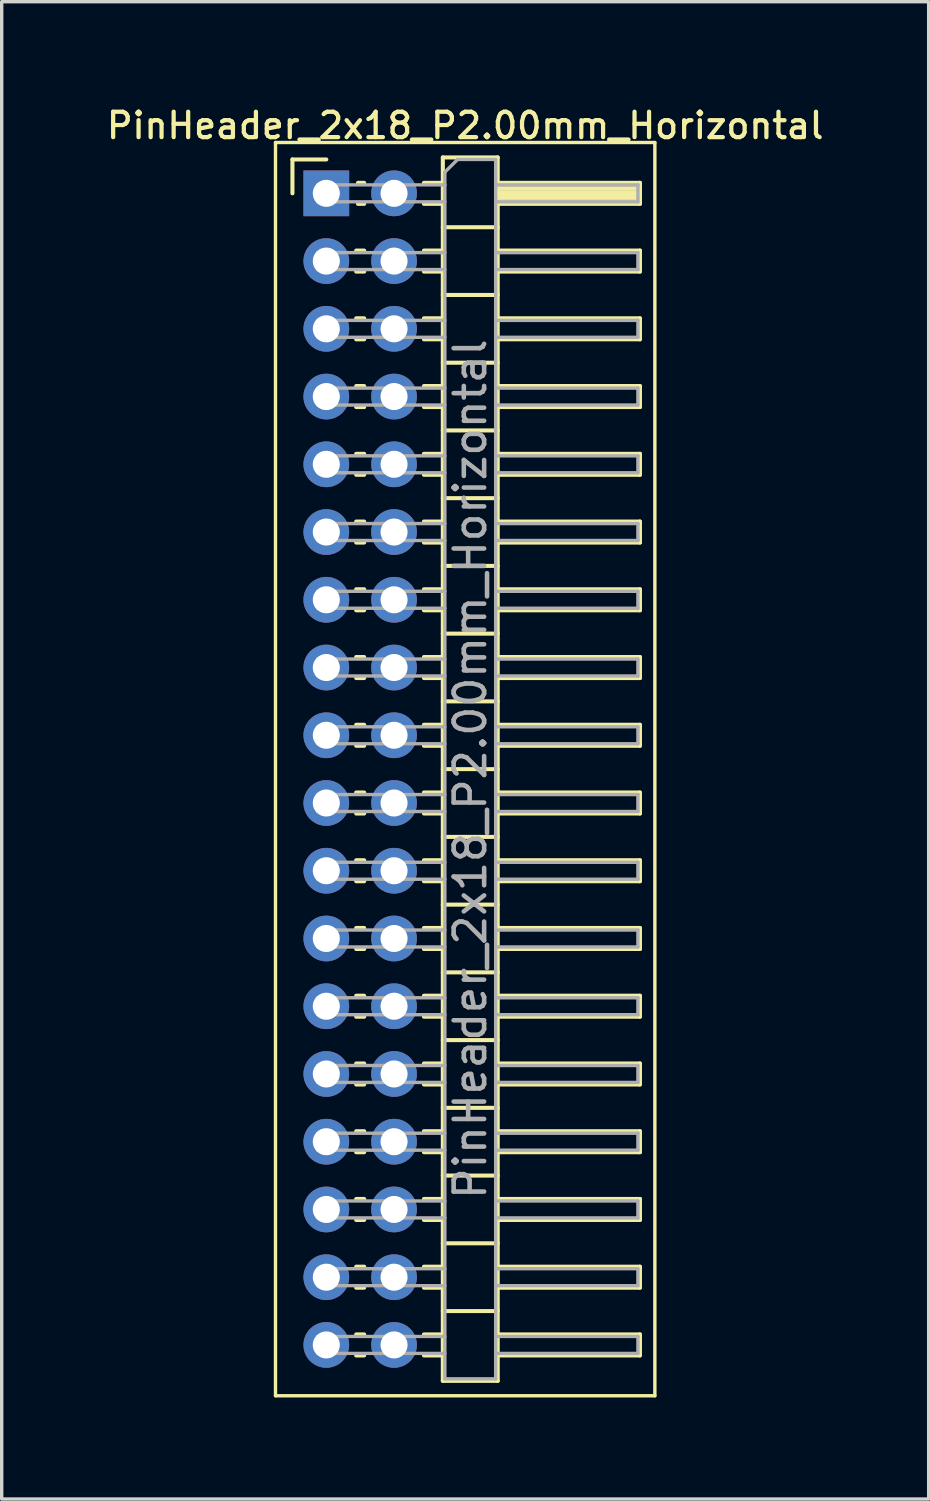
<source format=kicad_pcb>
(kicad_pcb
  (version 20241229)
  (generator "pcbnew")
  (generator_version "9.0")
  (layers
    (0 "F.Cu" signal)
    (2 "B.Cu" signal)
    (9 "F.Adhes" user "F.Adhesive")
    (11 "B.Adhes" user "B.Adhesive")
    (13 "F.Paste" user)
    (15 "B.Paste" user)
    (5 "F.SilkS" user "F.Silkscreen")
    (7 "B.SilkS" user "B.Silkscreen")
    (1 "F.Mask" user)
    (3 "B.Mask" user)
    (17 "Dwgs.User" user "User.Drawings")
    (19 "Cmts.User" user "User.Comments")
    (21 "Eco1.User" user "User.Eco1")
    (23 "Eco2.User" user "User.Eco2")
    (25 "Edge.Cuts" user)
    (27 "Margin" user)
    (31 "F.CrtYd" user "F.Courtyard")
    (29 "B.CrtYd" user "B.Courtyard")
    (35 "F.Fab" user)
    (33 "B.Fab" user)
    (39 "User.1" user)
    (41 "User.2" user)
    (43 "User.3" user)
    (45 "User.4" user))
  (footprint "PinHeader_2x18_P2.00mm_Horizontal"
    (layer "F.Cu")
    (at 6.584 2.658)
    (property "Reference" "PinHeader_2x18_P2.00mm_Horizontal" (at 4.1 -2 0) (layer "F.SilkS") (effects (font (size 0.75 0.75) (thickness 0.125))))
    (attr through_hole)
    (fp_line (start -1.5 -1.5) (end -1.5 35.5) (stroke (width 0.1) (type solid)) (layer "F.SilkS"))
    (fp_line (start -1.5 35.5) (end 9.7 35.5) (stroke (width 0.1) (type solid)) (layer "F.SilkS"))
    (fp_line (start -1 -1) (end 0 -1) (stroke (width 0.12) (type solid)) (layer "F.SilkS"))
    (fp_line (start -1 0) (end -1 -1) (stroke (width 0.12) (type solid)) (layer "F.SilkS"))
    (fp_line (start 0.882 1.69) (end 1.118 1.69) (stroke (width 0.12) (type solid)) (layer "F.SilkS"))
    (fp_line (start 0.882 2.31) (end 1.118 2.31) (stroke (width 0.12) (type solid)) (layer "F.SilkS"))
    (fp_line (start 0.882 3.69) (end 1.118 3.69) (stroke (width 0.12) (type solid)) (layer "F.SilkS"))
    (fp_line (start 0.882 4.31) (end 1.118 4.31) (stroke (width 0.12) (type solid)) (layer "F.SilkS"))
    (fp_line (start 0.882 5.69) (end 1.118 5.69) (stroke (width 0.12) (type solid)) (layer "F.SilkS"))
    (fp_line (start 0.882 6.31) (end 1.118 6.31) (stroke (width 0.12) (type solid)) (layer "F.SilkS"))
    (fp_line (start 0.882 7.69) (end 1.118 7.69) (stroke (width 0.12) (type solid)) (layer "F.SilkS"))
    (fp_line (start 0.882 8.31) (end 1.118 8.31) (stroke (width 0.12) (type solid)) (layer "F.SilkS"))
    (fp_line (start 0.882 9.69) (end 1.118 9.69) (stroke (width 0.12) (type solid)) (layer "F.SilkS"))
    (fp_line (start 0.882 10.31) (end 1.118 10.31) (stroke (width 0.12) (type solid)) (layer "F.SilkS"))
    (fp_line (start 0.882 11.69) (end 1.118 11.69) (stroke (width 0.12) (type solid)) (layer "F.SilkS"))
    (fp_line (start 0.882 12.31) (end 1.118 12.31) (stroke (width 0.12) (type solid)) (layer "F.SilkS"))
    (fp_line (start 0.882 13.69) (end 1.118 13.69) (stroke (width 0.12) (type solid)) (layer "F.SilkS"))
    (fp_line (start 0.882 14.31) (end 1.118 14.31) (stroke (width 0.12) (type solid)) (layer "F.SilkS"))
    (fp_line (start 0.882 15.69) (end 1.118 15.69) (stroke (width 0.12) (type solid)) (layer "F.SilkS"))
    (fp_line (start 0.882 16.31) (end 1.118 16.31) (stroke (width 0.12) (type solid)) (layer "F.SilkS"))
    (fp_line (start 0.882 17.69) (end 1.118 17.69) (stroke (width 0.12) (type solid)) (layer "F.SilkS"))
    (fp_line (start 0.882 18.31) (end 1.118 18.31) (stroke (width 0.12) (type solid)) (layer "F.SilkS"))
    (fp_line (start 0.882 19.69) (end 1.118 19.69) (stroke (width 0.12) (type solid)) (layer "F.SilkS"))
    (fp_line (start 0.882 20.31) (end 1.118 20.31) (stroke (width 0.12) (type solid)) (layer "F.SilkS"))
    (fp_line (start 0.882 21.69) (end 1.118 21.69) (stroke (width 0.12) (type solid)) (layer "F.SilkS"))
    (fp_line (start 0.882 22.31) (end 1.118 22.31) (stroke (width 0.12) (type solid)) (layer "F.SilkS"))
    (fp_line (start 0.882 23.69) (end 1.118 23.69) (stroke (width 0.12) (type solid)) (layer "F.SilkS"))
    (fp_line (start 0.882 24.31) (end 1.118 24.31) (stroke (width 0.12) (type solid)) (layer "F.SilkS"))
    (fp_line (start 0.882 25.69) (end 1.118 25.69) (stroke (width 0.12) (type solid)) (layer "F.SilkS"))
    (fp_line (start 0.882 26.31) (end 1.118 26.31) (stroke (width 0.12) (type solid)) (layer "F.SilkS"))
    (fp_line (start 0.882 27.69) (end 1.118 27.69) (stroke (width 0.12) (type solid)) (layer "F.SilkS"))
    (fp_line (start 0.882 28.31) (end 1.118 28.31) (stroke (width 0.12) (type solid)) (layer "F.SilkS"))
    (fp_line (start 0.882 29.69) (end 1.118 29.69) (stroke (width 0.12) (type solid)) (layer "F.SilkS"))
    (fp_line (start 0.882 30.31) (end 1.118 30.31) (stroke (width 0.12) (type solid)) (layer "F.SilkS"))
    (fp_line (start 0.882 31.69) (end 1.118 31.69) (stroke (width 0.12) (type solid)) (layer "F.SilkS"))
    (fp_line (start 0.882 32.31) (end 1.118 32.31) (stroke (width 0.12) (type solid)) (layer "F.SilkS"))
    (fp_line (start 0.882 33.69) (end 1.118 33.69) (stroke (width 0.12) (type solid)) (layer "F.SilkS"))
    (fp_line (start 0.882 34.31) (end 1.118 34.31) (stroke (width 0.12) (type solid)) (layer "F.SilkS"))
    (fp_line (start 0.935 -0.31) (end 1.118 -0.31) (stroke (width 0.12) (type solid)) (layer "F.SilkS"))
    (fp_line (start 0.935 0.31) (end 1.118 0.31) (stroke (width 0.12) (type solid)) (layer "F.SilkS"))
    (fp_line (start 2.882 -0.31) (end 3.44 -0.31) (stroke (width 0.12) (type solid)) (layer "F.SilkS"))
    (fp_line (start 2.882 0.31) (end 3.44 0.31) (stroke (width 0.12) (type solid)) (layer "F.SilkS"))
    (fp_line (start 2.882 1.69) (end 3.44 1.69) (stroke (width 0.12) (type solid)) (layer "F.SilkS"))
    (fp_line (start 2.882 2.31) (end 3.44 2.31) (stroke (width 0.12) (type solid)) (layer "F.SilkS"))
    (fp_line (start 2.882 3.69) (end 3.44 3.69) (stroke (width 0.12) (type solid)) (layer "F.SilkS"))
    (fp_line (start 2.882 4.31) (end 3.44 4.31) (stroke (width 0.12) (type solid)) (layer "F.SilkS"))
    (fp_line (start 2.882 5.69) (end 3.44 5.69) (stroke (width 0.12) (type solid)) (layer "F.SilkS"))
    (fp_line (start 2.882 6.31) (end 3.44 6.31) (stroke (width 0.12) (type solid)) (layer "F.SilkS"))
    (fp_line (start 2.882 7.69) (end 3.44 7.69) (stroke (width 0.12) (type solid)) (layer "F.SilkS"))
    (fp_line (start 2.882 8.31) (end 3.44 8.31) (stroke (width 0.12) (type solid)) (layer "F.SilkS"))
    (fp_line (start 2.882 9.69) (end 3.44 9.69) (stroke (width 0.12) (type solid)) (layer "F.SilkS"))
    (fp_line (start 2.882 10.31) (end 3.44 10.31) (stroke (width 0.12) (type solid)) (layer "F.SilkS"))
    (fp_line (start 2.882 11.69) (end 3.44 11.69) (stroke (width 0.12) (type solid)) (layer "F.SilkS"))
    (fp_line (start 2.882 12.31) (end 3.44 12.31) (stroke (width 0.12) (type solid)) (layer "F.SilkS"))
    (fp_line (start 2.882 13.69) (end 3.44 13.69) (stroke (width 0.12) (type solid)) (layer "F.SilkS"))
    (fp_line (start 2.882 14.31) (end 3.44 14.31) (stroke (width 0.12) (type solid)) (layer "F.SilkS"))
    (fp_line (start 2.882 15.69) (end 3.44 15.69) (stroke (width 0.12) (type solid)) (layer "F.SilkS"))
    (fp_line (start 2.882 16.31) (end 3.44 16.31) (stroke (width 0.12) (type solid)) (layer "F.SilkS"))
    (fp_line (start 2.882 17.69) (end 3.44 17.69) (stroke (width 0.12) (type solid)) (layer "F.SilkS"))
    (fp_line (start 2.882 18.31) (end 3.44 18.31) (stroke (width 0.12) (type solid)) (layer "F.SilkS"))
    (fp_line (start 2.882 19.69) (end 3.44 19.69) (stroke (width 0.12) (type solid)) (layer "F.SilkS"))
    (fp_line (start 2.882 20.31) (end 3.44 20.31) (stroke (width 0.12) (type solid)) (layer "F.SilkS"))
    (fp_line (start 2.882 21.69) (end 3.44 21.69) (stroke (width 0.12) (type solid)) (layer "F.SilkS"))
    (fp_line (start 2.882 22.31) (end 3.44 22.31) (stroke (width 0.12) (type solid)) (layer "F.SilkS"))
    (fp_line (start 2.882 23.69) (end 3.44 23.69) (stroke (width 0.12) (type solid)) (layer "F.SilkS"))
    (fp_line (start 2.882 24.31) (end 3.44 24.31) (stroke (width 0.12) (type solid)) (layer "F.SilkS"))
    (fp_line (start 2.882 25.69) (end 3.44 25.69) (stroke (width 0.12) (type solid)) (layer "F.SilkS"))
    (fp_line (start 2.882 26.31) (end 3.44 26.31) (stroke (width 0.12) (type solid)) (layer "F.SilkS"))
    (fp_line (start 2.882 27.69) (end 3.44 27.69) (stroke (width 0.12) (type solid)) (layer "F.SilkS"))
    (fp_line (start 2.882 28.31) (end 3.44 28.31) (stroke (width 0.12) (type solid)) (layer "F.SilkS"))
    (fp_line (start 2.882 29.69) (end 3.44 29.69) (stroke (width 0.12) (type solid)) (layer "F.SilkS"))
    (fp_line (start 2.882 30.31) (end 3.44 30.31) (stroke (width 0.12) (type solid)) (layer "F.SilkS"))
    (fp_line (start 2.882 31.69) (end 3.44 31.69) (stroke (width 0.12) (type solid)) (layer "F.SilkS"))
    (fp_line (start 2.882 32.31) (end 3.44 32.31) (stroke (width 0.12) (type solid)) (layer "F.SilkS"))
    (fp_line (start 2.882 33.69) (end 3.44 33.69) (stroke (width 0.12) (type solid)) (layer "F.SilkS"))
    (fp_line (start 2.882 34.31) (end 3.44 34.31) (stroke (width 0.12) (type solid)) (layer "F.SilkS"))
    (fp_line (start 3.44 -1.06) (end 3.44 35.06) (stroke (width 0.12) (type solid)) (layer "F.SilkS"))
    (fp_line (start 3.44 1) (end 5.06 1) (stroke (width 0.12) (type solid)) (layer "F.SilkS"))
    (fp_line (start 3.44 3) (end 5.06 3) (stroke (width 0.12) (type solid)) (layer "F.SilkS"))
    (fp_line (start 3.44 5) (end 5.06 5) (stroke (width 0.12) (type solid)) (layer "F.SilkS"))
    (fp_line (start 3.44 7) (end 5.06 7) (stroke (width 0.12) (type solid)) (layer "F.SilkS"))
    (fp_line (start 3.44 9) (end 5.06 9) (stroke (width 0.12) (type solid)) (layer "F.SilkS"))
    (fp_line (start 3.44 11) (end 5.06 11) (stroke (width 0.12) (type solid)) (layer "F.SilkS"))
    (fp_line (start 3.44 13) (end 5.06 13) (stroke (width 0.12) (type solid)) (layer "F.SilkS"))
    (fp_line (start 3.44 15) (end 5.06 15) (stroke (width 0.12) (type solid)) (layer "F.SilkS"))
    (fp_line (start 3.44 17) (end 5.06 17) (stroke (width 0.12) (type solid)) (layer "F.SilkS"))
    (fp_line (start 3.44 19) (end 5.06 19) (stroke (width 0.12) (type solid)) (layer "F.SilkS"))
    (fp_line (start 3.44 21) (end 5.06 21) (stroke (width 0.12) (type solid)) (layer "F.SilkS"))
    (fp_line (start 3.44 23) (end 5.06 23) (stroke (width 0.12) (type solid)) (layer "F.SilkS"))
    (fp_line (start 3.44 25) (end 5.06 25) (stroke (width 0.12) (type solid)) (layer "F.SilkS"))
    (fp_line (start 3.44 27) (end 5.06 27) (stroke (width 0.12) (type solid)) (layer "F.SilkS"))
    (fp_line (start 3.44 29) (end 5.06 29) (stroke (width 0.12) (type solid)) (layer "F.SilkS"))
    (fp_line (start 3.44 31) (end 5.06 31) (stroke (width 0.12) (type solid)) (layer "F.SilkS"))
    (fp_line (start 3.44 33) (end 5.06 33) (stroke (width 0.12) (type solid)) (layer "F.SilkS"))
    (fp_line (start 3.44 35.06) (end 5.06 35.06) (stroke (width 0.12) (type solid)) (layer "F.SilkS"))
    (fp_line (start 5.06 -1.06) (end 3.44 -1.06) (stroke (width 0.12) (type solid)) (layer "F.SilkS"))
    (fp_line (start 5.06 -0.31) (end 9.26 -0.31) (stroke (width 0.12) (type solid)) (layer "F.SilkS"))
    (fp_line (start 5.06 -0.25) (end 9.26 -0.25) (stroke (width 0.12) (type solid)) (layer "F.SilkS"))
    (fp_line (start 5.06 -0.13) (end 9.26 -0.13) (stroke (width 0.12) (type solid)) (layer "F.SilkS"))
    (fp_line (start 5.06 -0.01) (end 9.26 -0.01) (stroke (width 0.12) (type solid)) (layer "F.SilkS"))
    (fp_line (start 5.06 0.11) (end 9.26 0.11) (stroke (width 0.12) (type solid)) (layer "F.SilkS"))
    (fp_line (start 5.06 0.23) (end 9.26 0.23) (stroke (width 0.12) (type solid)) (layer "F.SilkS"))
    (fp_line (start 5.06 1.69) (end 9.26 1.69) (stroke (width 0.12) (type solid)) (layer "F.SilkS"))
    (fp_line (start 5.06 3.69) (end 9.26 3.69) (stroke (width 0.12) (type solid)) (layer "F.SilkS"))
    (fp_line (start 5.06 5.69) (end 9.26 5.69) (stroke (width 0.12) (type solid)) (layer "F.SilkS"))
    (fp_line (start 5.06 7.69) (end 9.26 7.69) (stroke (width 0.12) (type solid)) (layer "F.SilkS"))
    (fp_line (start 5.06 9.69) (end 9.26 9.69) (stroke (width 0.12) (type solid)) (layer "F.SilkS"))
    (fp_line (start 5.06 11.69) (end 9.26 11.69) (stroke (width 0.12) (type solid)) (layer "F.SilkS"))
    (fp_line (start 5.06 13.69) (end 9.26 13.69) (stroke (width 0.12) (type solid)) (layer "F.SilkS"))
    (fp_line (start 5.06 15.69) (end 9.26 15.69) (stroke (width 0.12) (type solid)) (layer "F.SilkS"))
    (fp_line (start 5.06 17.69) (end 9.26 17.69) (stroke (width 0.12) (type solid)) (layer "F.SilkS"))
    (fp_line (start 5.06 19.69) (end 9.26 19.69) (stroke (width 0.12) (type solid)) (layer "F.SilkS"))
    (fp_line (start 5.06 21.69) (end 9.26 21.69) (stroke (width 0.12) (type solid)) (layer "F.SilkS"))
    (fp_line (start 5.06 23.69) (end 9.26 23.69) (stroke (width 0.12) (type solid)) (layer "F.SilkS"))
    (fp_line (start 5.06 25.69) (end 9.26 25.69) (stroke (width 0.12) (type solid)) (layer "F.SilkS"))
    (fp_line (start 5.06 27.69) (end 9.26 27.69) (stroke (width 0.12) (type solid)) (layer "F.SilkS"))
    (fp_line (start 5.06 29.69) (end 9.26 29.69) (stroke (width 0.12) (type solid)) (layer "F.SilkS"))
    (fp_line (start 5.06 31.69) (end 9.26 31.69) (stroke (width 0.12) (type solid)) (layer "F.SilkS"))
    (fp_line (start 5.06 33.69) (end 9.26 33.69) (stroke (width 0.12) (type solid)) (layer "F.SilkS"))
    (fp_line (start 5.06 35.06) (end 5.06 -1.06) (stroke (width 0.12) (type solid)) (layer "F.SilkS"))
    (fp_line (start 9.26 -0.31) (end 9.26 0.31) (stroke (width 0.12) (type solid)) (layer "F.SilkS"))
    (fp_line (start 9.26 0.31) (end 5.06 0.31) (stroke (width 0.12) (type solid)) (layer "F.SilkS"))
    (fp_line (start 9.26 1.69) (end 9.26 2.31) (stroke (width 0.12) (type solid)) (layer "F.SilkS"))
    (fp_line (start 9.26 2.31) (end 5.06 2.31) (stroke (width 0.12) (type solid)) (layer "F.SilkS"))
    (fp_line (start 9.26 3.69) (end 9.26 4.31) (stroke (width 0.12) (type solid)) (layer "F.SilkS"))
    (fp_line (start 9.26 4.31) (end 5.06 4.31) (stroke (width 0.12) (type solid)) (layer "F.SilkS"))
    (fp_line (start 9.26 5.69) (end 9.26 6.31) (stroke (width 0.12) (type solid)) (layer "F.SilkS"))
    (fp_line (start 9.26 6.31) (end 5.06 6.31) (stroke (width 0.12) (type solid)) (layer "F.SilkS"))
    (fp_line (start 9.26 7.69) (end 9.26 8.31) (stroke (width 0.12) (type solid)) (layer "F.SilkS"))
    (fp_line (start 9.26 8.31) (end 5.06 8.31) (stroke (width 0.12) (type solid)) (layer "F.SilkS"))
    (fp_line (start 9.26 9.69) (end 9.26 10.31) (stroke (width 0.12) (type solid)) (layer "F.SilkS"))
    (fp_line (start 9.26 10.31) (end 5.06 10.31) (stroke (width 0.12) (type solid)) (layer "F.SilkS"))
    (fp_line (start 9.26 11.69) (end 9.26 12.31) (stroke (width 0.12) (type solid)) (layer "F.SilkS"))
    (fp_line (start 9.26 12.31) (end 5.06 12.31) (stroke (width 0.12) (type solid)) (layer "F.SilkS"))
    (fp_line (start 9.26 13.69) (end 9.26 14.31) (stroke (width 0.12) (type solid)) (layer "F.SilkS"))
    (fp_line (start 9.26 14.31) (end 5.06 14.31) (stroke (width 0.12) (type solid)) (layer "F.SilkS"))
    (fp_line (start 9.26 15.69) (end 9.26 16.31) (stroke (width 0.12) (type solid)) (layer "F.SilkS"))
    (fp_line (start 9.26 16.31) (end 5.06 16.31) (stroke (width 0.12) (type solid)) (layer "F.SilkS"))
    (fp_line (start 9.26 17.69) (end 9.26 18.31) (stroke (width 0.12) (type solid)) (layer "F.SilkS"))
    (fp_line (start 9.26 18.31) (end 5.06 18.31) (stroke (width 0.12) (type solid)) (layer "F.SilkS"))
    (fp_line (start 9.26 19.69) (end 9.26 20.31) (stroke (width 0.12) (type solid)) (layer "F.SilkS"))
    (fp_line (start 9.26 20.31) (end 5.06 20.31) (stroke (width 0.12) (type solid)) (layer "F.SilkS"))
    (fp_line (start 9.26 21.69) (end 9.26 22.31) (stroke (width 0.12) (type solid)) (layer "F.SilkS"))
    (fp_line (start 9.26 22.31) (end 5.06 22.31) (stroke (width 0.12) (type solid)) (layer "F.SilkS"))
    (fp_line (start 9.26 23.69) (end 9.26 24.31) (stroke (width 0.12) (type solid)) (layer "F.SilkS"))
    (fp_line (start 9.26 24.31) (end 5.06 24.31) (stroke (width 0.12) (type solid)) (layer "F.SilkS"))
    (fp_line (start 9.26 25.69) (end 9.26 26.31) (stroke (width 0.12) (type solid)) (layer "F.SilkS"))
    (fp_line (start 9.26 26.31) (end 5.06 26.31) (stroke (width 0.12) (type solid)) (layer "F.SilkS"))
    (fp_line (start 9.26 27.69) (end 9.26 28.31) (stroke (width 0.12) (type solid)) (layer "F.SilkS"))
    (fp_line (start 9.26 28.31) (end 5.06 28.31) (stroke (width 0.12) (type solid)) (layer "F.SilkS"))
    (fp_line (start 9.26 29.69) (end 9.26 30.31) (stroke (width 0.12) (type solid)) (layer "F.SilkS"))
    (fp_line (start 9.26 30.31) (end 5.06 30.31) (stroke (width 0.12) (type solid)) (layer "F.SilkS"))
    (fp_line (start 9.26 31.69) (end 9.26 32.31) (stroke (width 0.12) (type solid)) (layer "F.SilkS"))
    (fp_line (start 9.26 32.31) (end 5.06 32.31) (stroke (width 0.12) (type solid)) (layer "F.SilkS"))
    (fp_line (start 9.26 33.69) (end 9.26 34.31) (stroke (width 0.12) (type solid)) (layer "F.SilkS"))
    (fp_line (start 9.26 34.31) (end 5.06 34.31) (stroke (width 0.12) (type solid)) (layer "F.SilkS"))
    (fp_line (start 9.7 -1.5) (end -1.5 -1.5) (stroke (width 0.1) (type solid)) (layer "F.SilkS"))
    (fp_line (start 9.7 35.5) (end 9.7 -1.5) (stroke (width 0.1) (type solid)) (layer "F.SilkS"))
    (fp_line (start -0.25 -0.25) (end -0.25 0.25) (stroke (width 0.1) (type solid)) (layer "F.Fab"))
    (fp_line (start -0.25 -0.25) (end 3.5 -0.25) (stroke (width 0.1) (type solid)) (layer "F.Fab"))
    (fp_line (start -0.25 0.25) (end 3.5 0.25) (stroke (width 0.1) (type solid)) (layer "F.Fab"))
    (fp_line (start -0.25 1.75) (end -0.25 2.25) (stroke (width 0.1) (type solid)) (layer "F.Fab"))
    (fp_line (start -0.25 1.75) (end 3.5 1.75) (stroke (width 0.1) (type solid)) (layer "F.Fab"))
    (fp_line (start -0.25 2.25) (end 3.5 2.25) (stroke (width 0.1) (type solid)) (layer "F.Fab"))
    (fp_line (start -0.25 3.75) (end -0.25 4.25) (stroke (width 0.1) (type solid)) (layer "F.Fab"))
    (fp_line (start -0.25 3.75) (end 3.5 3.75) (stroke (width 0.1) (type solid)) (layer "F.Fab"))
    (fp_line (start -0.25 4.25) (end 3.5 4.25) (stroke (width 0.1) (type solid)) (layer "F.Fab"))
    (fp_line (start -0.25 5.75) (end -0.25 6.25) (stroke (width 0.1) (type solid)) (layer "F.Fab"))
    (fp_line (start -0.25 5.75) (end 3.5 5.75) (stroke (width 0.1) (type solid)) (layer "F.Fab"))
    (fp_line (start -0.25 6.25) (end 3.5 6.25) (stroke (width 0.1) (type solid)) (layer "F.Fab"))
    (fp_line (start -0.25 7.75) (end -0.25 8.25) (stroke (width 0.1) (type solid)) (layer "F.Fab"))
    (fp_line (start -0.25 7.75) (end 3.5 7.75) (stroke (width 0.1) (type solid)) (layer "F.Fab"))
    (fp_line (start -0.25 8.25) (end 3.5 8.25) (stroke (width 0.1) (type solid)) (layer "F.Fab"))
    (fp_line (start -0.25 9.75) (end -0.25 10.25) (stroke (width 0.1) (type solid)) (layer "F.Fab"))
    (fp_line (start -0.25 9.75) (end 3.5 9.75) (stroke (width 0.1) (type solid)) (layer "F.Fab"))
    (fp_line (start -0.25 10.25) (end 3.5 10.25) (stroke (width 0.1) (type solid)) (layer "F.Fab"))
    (fp_line (start -0.25 11.75) (end -0.25 12.25) (stroke (width 0.1) (type solid)) (layer "F.Fab"))
    (fp_line (start -0.25 11.75) (end 3.5 11.75) (stroke (width 0.1) (type solid)) (layer "F.Fab"))
    (fp_line (start -0.25 12.25) (end 3.5 12.25) (stroke (width 0.1) (type solid)) (layer "F.Fab"))
    (fp_line (start -0.25 13.75) (end -0.25 14.25) (stroke (width 0.1) (type solid)) (layer "F.Fab"))
    (fp_line (start -0.25 13.75) (end 3.5 13.75) (stroke (width 0.1) (type solid)) (layer "F.Fab"))
    (fp_line (start -0.25 14.25) (end 3.5 14.25) (stroke (width 0.1) (type solid)) (layer "F.Fab"))
    (fp_line (start -0.25 15.75) (end -0.25 16.25) (stroke (width 0.1) (type solid)) (layer "F.Fab"))
    (fp_line (start -0.25 15.75) (end 3.5 15.75) (stroke (width 0.1) (type solid)) (layer "F.Fab"))
    (fp_line (start -0.25 16.25) (end 3.5 16.25) (stroke (width 0.1) (type solid)) (layer "F.Fab"))
    (fp_line (start -0.25 17.75) (end -0.25 18.25) (stroke (width 0.1) (type solid)) (layer "F.Fab"))
    (fp_line (start -0.25 17.75) (end 3.5 17.75) (stroke (width 0.1) (type solid)) (layer "F.Fab"))
    (fp_line (start -0.25 18.25) (end 3.5 18.25) (stroke (width 0.1) (type solid)) (layer "F.Fab"))
    (fp_line (start -0.25 19.75) (end -0.25 20.25) (stroke (width 0.1) (type solid)) (layer "F.Fab"))
    (fp_line (start -0.25 19.75) (end 3.5 19.75) (stroke (width 0.1) (type solid)) (layer "F.Fab"))
    (fp_line (start -0.25 20.25) (end 3.5 20.25) (stroke (width 0.1) (type solid)) (layer "F.Fab"))
    (fp_line (start -0.25 21.75) (end -0.25 22.25) (stroke (width 0.1) (type solid)) (layer "F.Fab"))
    (fp_line (start -0.25 21.75) (end 3.5 21.75) (stroke (width 0.1) (type solid)) (layer "F.Fab"))
    (fp_line (start -0.25 22.25) (end 3.5 22.25) (stroke (width 0.1) (type solid)) (layer "F.Fab"))
    (fp_line (start -0.25 23.75) (end -0.25 24.25) (stroke (width 0.1) (type solid)) (layer "F.Fab"))
    (fp_line (start -0.25 23.75) (end 3.5 23.75) (stroke (width 0.1) (type solid)) (layer "F.Fab"))
    (fp_line (start -0.25 24.25) (end 3.5 24.25) (stroke (width 0.1) (type solid)) (layer "F.Fab"))
    (fp_line (start -0.25 25.75) (end -0.25 26.25) (stroke (width 0.1) (type solid)) (layer "F.Fab"))
    (fp_line (start -0.25 25.75) (end 3.5 25.75) (stroke (width 0.1) (type solid)) (layer "F.Fab"))
    (fp_line (start -0.25 26.25) (end 3.5 26.25) (stroke (width 0.1) (type solid)) (layer "F.Fab"))
    (fp_line (start -0.25 27.75) (end -0.25 28.25) (stroke (width 0.1) (type solid)) (layer "F.Fab"))
    (fp_line (start -0.25 27.75) (end 3.5 27.75) (stroke (width 0.1) (type solid)) (layer "F.Fab"))
    (fp_line (start -0.25 28.25) (end 3.5 28.25) (stroke (width 0.1) (type solid)) (layer "F.Fab"))
    (fp_line (start -0.25 29.75) (end -0.25 30.25) (stroke (width 0.1) (type solid)) (layer "F.Fab"))
    (fp_line (start -0.25 29.75) (end 3.5 29.75) (stroke (width 0.1) (type solid)) (layer "F.Fab"))
    (fp_line (start -0.25 30.25) (end 3.5 30.25) (stroke (width 0.1) (type solid)) (layer "F.Fab"))
    (fp_line (start -0.25 31.75) (end -0.25 32.25) (stroke (width 0.1) (type solid)) (layer "F.Fab"))
    (fp_line (start -0.25 31.75) (end 3.5 31.75) (stroke (width 0.1) (type solid)) (layer "F.Fab"))
    (fp_line (start -0.25 32.25) (end 3.5 32.25) (stroke (width 0.1) (type solid)) (layer "F.Fab"))
    (fp_line (start -0.25 33.75) (end -0.25 34.25) (stroke (width 0.1) (type solid)) (layer "F.Fab"))
    (fp_line (start -0.25 33.75) (end 3.5 33.75) (stroke (width 0.1) (type solid)) (layer "F.Fab"))
    (fp_line (start -0.25 34.25) (end 3.5 34.25) (stroke (width 0.1) (type solid)) (layer "F.Fab"))
    (fp_line (start 3.5 -0.625) (end 3.875 -1) (stroke (width 0.1) (type solid)) (layer "F.Fab"))
    (fp_line (start 3.5 35) (end 3.5 -0.625) (stroke (width 0.1) (type solid)) (layer "F.Fab"))
    (fp_line (start 3.875 -1) (end 5 -1) (stroke (width 0.1) (type solid)) (layer "F.Fab"))
    (fp_line (start 5 -1) (end 5 35) (stroke (width 0.1) (type solid)) (layer "F.Fab"))
    (fp_line (start 5 -0.25) (end 9.2 -0.25) (stroke (width 0.1) (type solid)) (layer "F.Fab"))
    (fp_line (start 5 0.25) (end 9.2 0.25) (stroke (width 0.1) (type solid)) (layer "F.Fab"))
    (fp_line (start 5 1.75) (end 9.2 1.75) (stroke (width 0.1) (type solid)) (layer "F.Fab"))
    (fp_line (start 5 2.25) (end 9.2 2.25) (stroke (width 0.1) (type solid)) (layer "F.Fab"))
    (fp_line (start 5 3.75) (end 9.2 3.75) (stroke (width 0.1) (type solid)) (layer "F.Fab"))
    (fp_line (start 5 4.25) (end 9.2 4.25) (stroke (width 0.1) (type solid)) (layer "F.Fab"))
    (fp_line (start 5 5.75) (end 9.2 5.75) (stroke (width 0.1) (type solid)) (layer "F.Fab"))
    (fp_line (start 5 6.25) (end 9.2 6.25) (stroke (width 0.1) (type solid)) (layer "F.Fab"))
    (fp_line (start 5 7.75) (end 9.2 7.75) (stroke (width 0.1) (type solid)) (layer "F.Fab"))
    (fp_line (start 5 8.25) (end 9.2 8.25) (stroke (width 0.1) (type solid)) (layer "F.Fab"))
    (fp_line (start 5 9.75) (end 9.2 9.75) (stroke (width 0.1) (type solid)) (layer "F.Fab"))
    (fp_line (start 5 10.25) (end 9.2 10.25) (stroke (width 0.1) (type solid)) (layer "F.Fab"))
    (fp_line (start 5 11.75) (end 9.2 11.75) (stroke (width 0.1) (type solid)) (layer "F.Fab"))
    (fp_line (start 5 12.25) (end 9.2 12.25) (stroke (width 0.1) (type solid)) (layer "F.Fab"))
    (fp_line (start 5 13.75) (end 9.2 13.75) (stroke (width 0.1) (type solid)) (layer "F.Fab"))
    (fp_line (start 5 14.25) (end 9.2 14.25) (stroke (width 0.1) (type solid)) (layer "F.Fab"))
    (fp_line (start 5 15.75) (end 9.2 15.75) (stroke (width 0.1) (type solid)) (layer "F.Fab"))
    (fp_line (start 5 16.25) (end 9.2 16.25) (stroke (width 0.1) (type solid)) (layer "F.Fab"))
    (fp_line (start 5 17.75) (end 9.2 17.75) (stroke (width 0.1) (type solid)) (layer "F.Fab"))
    (fp_line (start 5 18.25) (end 9.2 18.25) (stroke (width 0.1) (type solid)) (layer "F.Fab"))
    (fp_line (start 5 19.75) (end 9.2 19.75) (stroke (width 0.1) (type solid)) (layer "F.Fab"))
    (fp_line (start 5 20.25) (end 9.2 20.25) (stroke (width 0.1) (type solid)) (layer "F.Fab"))
    (fp_line (start 5 21.75) (end 9.2 21.75) (stroke (width 0.1) (type solid)) (layer "F.Fab"))
    (fp_line (start 5 22.25) (end 9.2 22.25) (stroke (width 0.1) (type solid)) (layer "F.Fab"))
    (fp_line (start 5 23.75) (end 9.2 23.75) (stroke (width 0.1) (type solid)) (layer "F.Fab"))
    (fp_line (start 5 24.25) (end 9.2 24.25) (stroke (width 0.1) (type solid)) (layer "F.Fab"))
    (fp_line (start 5 25.75) (end 9.2 25.75) (stroke (width 0.1) (type solid)) (layer "F.Fab"))
    (fp_line (start 5 26.25) (end 9.2 26.25) (stroke (width 0.1) (type solid)) (layer "F.Fab"))
    (fp_line (start 5 27.75) (end 9.2 27.75) (stroke (width 0.1) (type solid)) (layer "F.Fab"))
    (fp_line (start 5 28.25) (end 9.2 28.25) (stroke (width 0.1) (type solid)) (layer "F.Fab"))
    (fp_line (start 5 29.75) (end 9.2 29.75) (stroke (width 0.1) (type solid)) (layer "F.Fab"))
    (fp_line (start 5 30.25) (end 9.2 30.25) (stroke (width 0.1) (type solid)) (layer "F.Fab"))
    (fp_line (start 5 31.75) (end 9.2 31.75) (stroke (width 0.1) (type solid)) (layer "F.Fab"))
    (fp_line (start 5 32.25) (end 9.2 32.25) (stroke (width 0.1) (type solid)) (layer "F.Fab"))
    (fp_line (start 5 33.75) (end 9.2 33.75) (stroke (width 0.1) (type solid)) (layer "F.Fab"))
    (fp_line (start 5 34.25) (end 9.2 34.25) (stroke (width 0.1) (type solid)) (layer "F.Fab"))
    (fp_line (start 5 35) (end 3.5 35) (stroke (width 0.1) (type solid)) (layer "F.Fab"))
    (fp_line (start 9.2 -0.25) (end 9.2 0.25) (stroke (width 0.1) (type solid)) (layer "F.Fab"))
    (fp_line (start 9.2 1.75) (end 9.2 2.25) (stroke (width 0.1) (type solid)) (layer "F.Fab"))
    (fp_line (start 9.2 3.75) (end 9.2 4.25) (stroke (width 0.1) (type solid)) (layer "F.Fab"))
    (fp_line (start 9.2 5.75) (end 9.2 6.25) (stroke (width 0.1) (type solid)) (layer "F.Fab"))
    (fp_line (start 9.2 7.75) (end 9.2 8.25) (stroke (width 0.1) (type solid)) (layer "F.Fab"))
    (fp_line (start 9.2 9.75) (end 9.2 10.25) (stroke (width 0.1) (type solid)) (layer "F.Fab"))
    (fp_line (start 9.2 11.75) (end 9.2 12.25) (stroke (width 0.1) (type solid)) (layer "F.Fab"))
    (fp_line (start 9.2 13.75) (end 9.2 14.25) (stroke (width 0.1) (type solid)) (layer "F.Fab"))
    (fp_line (start 9.2 15.75) (end 9.2 16.25) (stroke (width 0.1) (type solid)) (layer "F.Fab"))
    (fp_line (start 9.2 17.75) (end 9.2 18.25) (stroke (width 0.1) (type solid)) (layer "F.Fab"))
    (fp_line (start 9.2 19.75) (end 9.2 20.25) (stroke (width 0.1) (type solid)) (layer "F.Fab"))
    (fp_line (start 9.2 21.75) (end 9.2 22.25) (stroke (width 0.1) (type solid)) (layer "F.Fab"))
    (fp_line (start 9.2 23.75) (end 9.2 24.25) (stroke (width 0.1) (type solid)) (layer "F.Fab"))
    (fp_line (start 9.2 25.75) (end 9.2 26.25) (stroke (width 0.1) (type solid)) (layer "F.Fab"))
    (fp_line (start 9.2 27.75) (end 9.2 28.25) (stroke (width 0.1) (type solid)) (layer "F.Fab"))
    (fp_line (start 9.2 29.75) (end 9.2 30.25) (stroke (width 0.1) (type solid)) (layer "F.Fab"))
    (fp_line (start 9.2 31.75) (end 9.2 32.25) (stroke (width 0.1) (type solid)) (layer "F.Fab"))
    (fp_line (start 9.2 33.75) (end 9.2 34.25) (stroke (width 0.1) (type solid)) (layer "F.Fab"))
    (fp_text user "${REFERENCE}" (at 4.25 17 90) (layer "F.Fab") (effects (font (size 0.9 0.9) (thickness 0.135))))
    (pad "1" thru_hole rect (at 0 0) (size 1.35 1.35) (drill 0.8) (layers "*.Cu" "*.Mask"))
    (pad "2" thru_hole oval (at 2 0) (size 1.35 1.35) (drill 0.8) (layers "*.Cu" "*.Mask"))
    (pad "3" thru_hole oval (at 0 2) (size 1.35 1.35) (drill 0.8) (layers "*.Cu" "*.Mask"))
    (pad "4" thru_hole oval (at 2 2) (size 1.35 1.35) (drill 0.8) (layers "*.Cu" "*.Mask"))
    (pad "5" thru_hole oval (at 0 4) (size 1.35 1.35) (drill 0.8) (layers "*.Cu" "*.Mask"))
    (pad "6" thru_hole oval (at 2 4) (size 1.35 1.35) (drill 0.8) (layers "*.Cu" "*.Mask"))
    (pad "7" thru_hole oval (at 0 6) (size 1.35 1.35) (drill 0.8) (layers "*.Cu" "*.Mask"))
    (pad "8" thru_hole oval (at 2 6) (size 1.35 1.35) (drill 0.8) (layers "*.Cu" "*.Mask"))
    (pad "9" thru_hole oval (at 0 8) (size 1.35 1.35) (drill 0.8) (layers "*.Cu" "*.Mask"))
    (pad "10" thru_hole oval (at 2 8) (size 1.35 1.35) (drill 0.8) (layers "*.Cu" "*.Mask"))
    (pad "11" thru_hole oval (at 0 10) (size 1.35 1.35) (drill 0.8) (layers "*.Cu" "*.Mask"))
    (pad "12" thru_hole oval (at 2 10) (size 1.35 1.35) (drill 0.8) (layers "*.Cu" "*.Mask"))
    (pad "13" thru_hole oval (at 0 12) (size 1.35 1.35) (drill 0.8) (layers "*.Cu" "*.Mask"))
    (pad "14" thru_hole oval (at 2 12) (size 1.35 1.35) (drill 0.8) (layers "*.Cu" "*.Mask"))
    (pad "15" thru_hole oval (at 0 14) (size 1.35 1.35) (drill 0.8) (layers "*.Cu" "*.Mask"))
    (pad "16" thru_hole oval (at 2 14) (size 1.35 1.35) (drill 0.8) (layers "*.Cu" "*.Mask"))
    (pad "17" thru_hole oval (at 0 16) (size 1.35 1.35) (drill 0.8) (layers "*.Cu" "*.Mask"))
    (pad "18" thru_hole oval (at 2 16) (size 1.35 1.35) (drill 0.8) (layers "*.Cu" "*.Mask"))
    (pad "19" thru_hole oval (at 0 18) (size 1.35 1.35) (drill 0.8) (layers "*.Cu" "*.Mask"))
    (pad "20" thru_hole oval (at 2 18) (size 1.35 1.35) (drill 0.8) (layers "*.Cu" "*.Mask"))
    (pad "21" thru_hole oval (at 0 20) (size 1.35 1.35) (drill 0.8) (layers "*.Cu" "*.Mask"))
    (pad "22" thru_hole oval (at 2 20) (size 1.35 1.35) (drill 0.8) (layers "*.Cu" "*.Mask"))
    (pad "23" thru_hole oval (at 0 22) (size 1.35 1.35) (drill 0.8) (layers "*.Cu" "*.Mask"))
    (pad "24" thru_hole oval (at 2 22) (size 1.35 1.35) (drill 0.8) (layers "*.Cu" "*.Mask"))
    (pad "25" thru_hole oval (at 0 24) (size 1.35 1.35) (drill 0.8) (layers "*.Cu" "*.Mask"))
    (pad "26" thru_hole oval (at 2 24) (size 1.35 1.35) (drill 0.8) (layers "*.Cu" "*.Mask"))
    (pad "27" thru_hole oval (at 0 26) (size 1.35 1.35) (drill 0.8) (layers "*.Cu" "*.Mask"))
    (pad "28" thru_hole oval (at 2 26) (size 1.35 1.35) (drill 0.8) (layers "*.Cu" "*.Mask"))
    (pad "29" thru_hole oval (at 0 28) (size 1.35 1.35) (drill 0.8) (layers "*.Cu" "*.Mask"))
    (pad "30" thru_hole oval (at 2 28) (size 1.35 1.35) (drill 0.8) (layers "*.Cu" "*.Mask"))
    (pad "31" thru_hole oval (at 0 30) (size 1.35 1.35) (drill 0.8) (layers "*.Cu" "*.Mask"))
    (pad "32" thru_hole oval (at 2 30) (size 1.35 1.35) (drill 0.8) (layers "*.Cu" "*.Mask"))
    (pad "33" thru_hole oval (at 0 32) (size 1.35 1.35) (drill 0.8) (layers "*.Cu" "*.Mask"))
    (pad "34" thru_hole oval (at 2 32) (size 1.35 1.35) (drill 0.8) (layers "*.Cu" "*.Mask"))
    (pad "35" thru_hole oval (at 0 34) (size 1.35 1.35) (drill 0.8) (layers "*.Cu" "*.Mask"))
    (pad "36" thru_hole oval (at 2 34) (size 1.35 1.35) (drill 0.8) (layers "*.Cu" "*.Mask")))
  (gr_rect
    (start -3 -3)
    (end 24.368 41.208)
    (stroke (width 0.1) (type default))
    (fill no)
    (layer "Edge.Cuts")))
</source>
